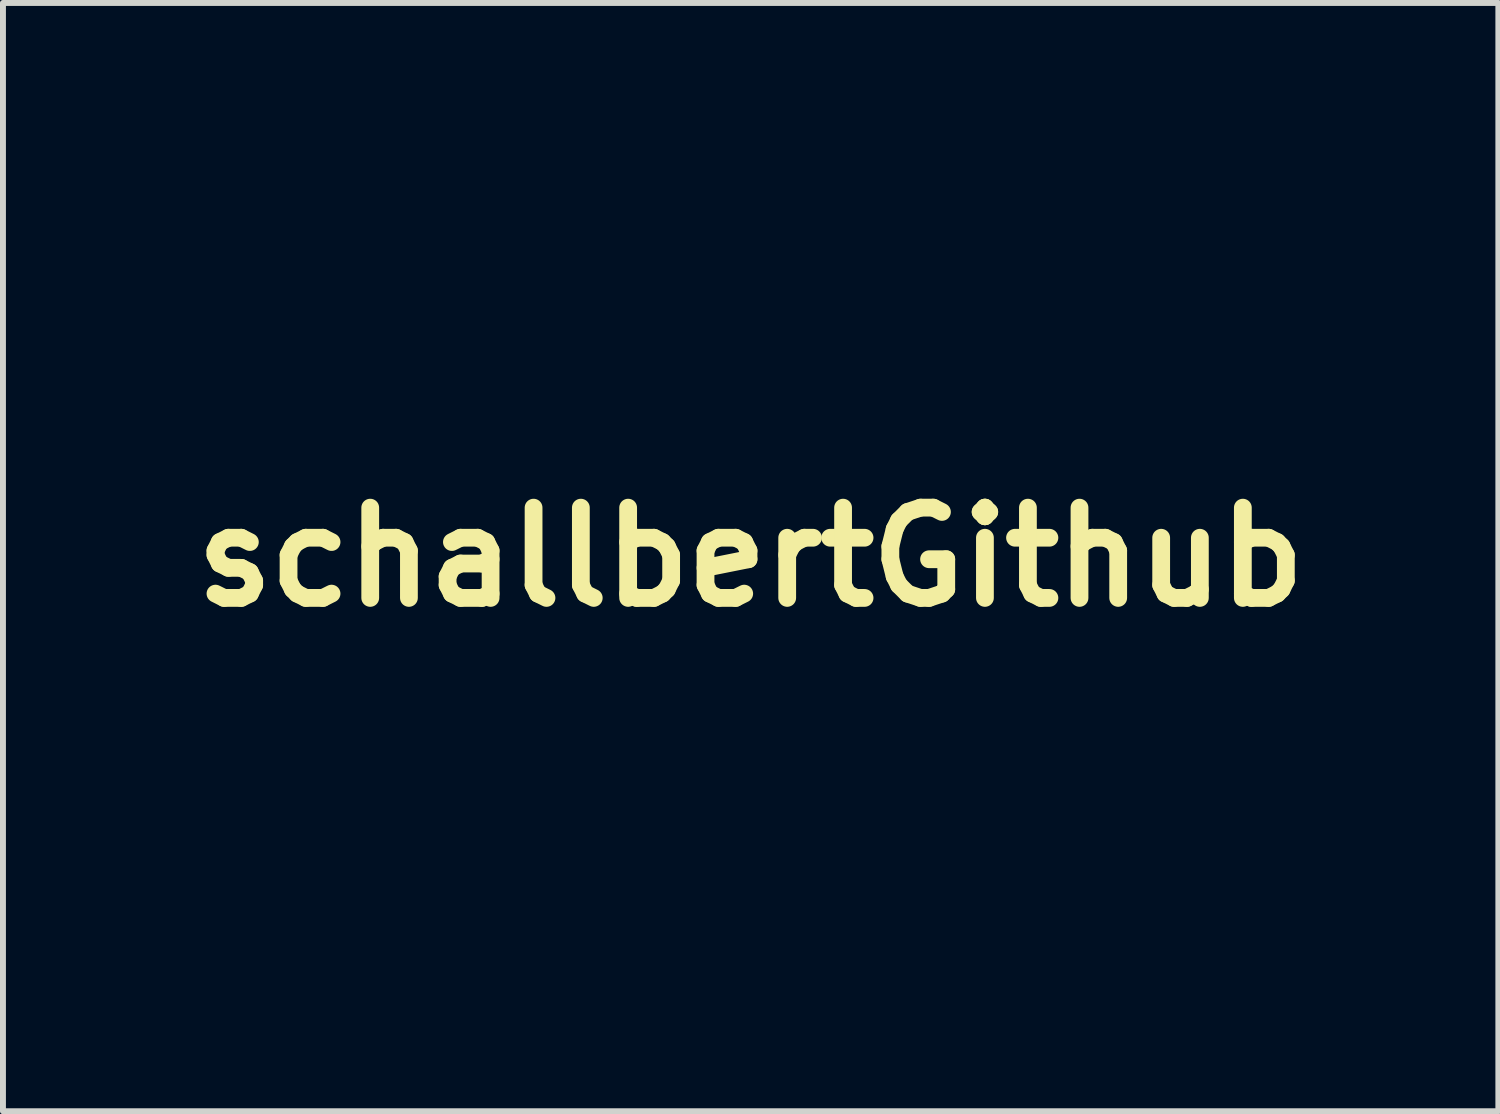
<source format=kicad_pcb>
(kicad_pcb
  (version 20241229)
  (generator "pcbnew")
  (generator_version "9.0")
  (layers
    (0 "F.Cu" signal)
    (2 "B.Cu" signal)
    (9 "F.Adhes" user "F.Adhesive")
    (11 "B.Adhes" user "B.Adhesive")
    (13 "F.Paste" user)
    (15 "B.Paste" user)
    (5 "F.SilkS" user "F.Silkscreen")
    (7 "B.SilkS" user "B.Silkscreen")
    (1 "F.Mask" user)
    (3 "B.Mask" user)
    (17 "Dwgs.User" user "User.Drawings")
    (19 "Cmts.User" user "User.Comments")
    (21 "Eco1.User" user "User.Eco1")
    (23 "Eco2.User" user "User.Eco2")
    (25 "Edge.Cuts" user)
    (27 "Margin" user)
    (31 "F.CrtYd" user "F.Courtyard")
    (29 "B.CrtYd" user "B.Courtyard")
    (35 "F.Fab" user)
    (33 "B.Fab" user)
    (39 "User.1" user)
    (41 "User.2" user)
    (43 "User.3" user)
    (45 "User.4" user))
  (footprint "schallbertGithub"
    (layer "F.Cu")
    (at 9.623 6.355)
    (property "Reference" "schallbertGithub" (at 0 0 0) (layer "F.SilkS") (effects (font (size 1.524 1.524) (thickness 0.3))))
    (attr through_hole)
    (fp_poly (pts (xy -2.879 -2.879) (xy -4.572 -2.879) (xy -4.572 -4.233) (xy -4.233 -4.233) (xy -4.233 -3.217) (xy -3.217 -3.217) (xy -3.217 -4.233) (xy -4.233 -4.233) (xy -4.572 -4.233) (xy -4.572 -4.572) (xy -2.879 -4.572) (xy -2.879 -2.879)) (stroke (width 0.01) (type solid)) (fill no) (layer "Eco1.User"))
    (fp_poly (pts (xy -2.879 4.572) (xy -4.572 4.572) (xy -4.572 3.217) (xy -4.233 3.217) (xy -4.233 4.233) (xy -3.217 4.233) (xy -3.217 3.217) (xy -4.233 3.217) (xy -4.572 3.217) (xy -4.572 2.879) (xy -2.879 2.879) (xy -2.879 4.572)) (stroke (width 0.01) (type solid)) (fill no) (layer "Eco1.User"))
    (fp_poly (pts (xy 4.572 -2.879) (xy 2.879 -2.879) (xy 2.879 -4.233) (xy 3.217 -4.233) (xy 3.217 -3.217) (xy 4.233 -3.217) (xy 4.233 -4.233) (xy 3.217 -4.233) (xy 2.879 -4.233) (xy 2.879 -4.572) (xy 4.572 -4.572) (xy 4.572 -2.879)) (stroke (width 0.01) (type solid)) (fill no) (layer "Eco1.User"))
    (fp_poly (pts (xy 1.793 2.229) (xy 1.833 2.266) (xy 1.841 2.359) (xy 1.841 2.371) (xy 1.834 2.471) (xy 1.794 2.516) (xy 1.704 2.532) (xy 1.586 2.524) (xy 1.542 2.482) (xy 1.528 2.391) (xy 1.531 2.321) (xy 1.556 2.253) (xy 1.621 2.226) (xy 1.693 2.223) (xy 1.793 2.229)) (stroke (width 0.01) (type solid)) (fill no) (layer "Eco1.User"))
    (fp_poly (pts (xy 3.196 3.196) (xy 2.719 3.208) (xy 2.5 3.211) (xy 2.353 3.207) (xy 2.265 3.194) (xy 2.225 3.171) (xy 2.22 3.163) (xy 2.212 3.099) (xy 2.208 2.97) (xy 2.208 2.799) (xy 2.21 2.664) (xy 2.21 2.659) (xy 2.547 2.659) (xy 2.547 2.791) (xy 2.599 2.858) (xy 2.71 2.872) (xy 2.72 2.871) (xy 2.813 2.853) (xy 2.85 2.807) (xy 2.857 2.709) (xy 2.851 2.61) (xy 2.814 2.569) (xy 2.721 2.561) (xy 2.709 2.561) (xy 2.606 2.571) (xy 2.559 2.612) (xy 2.547 2.659) (xy 2.21 2.659) (xy 2.223 2.223) (xy 3.196 2.223) (xy 3.196 3.196)) (stroke (width 0.01) (type solid)) (fill no) (layer "Eco1.User"))
    (fp_poly (pts (xy 6.35 6.35) (xy -6.35 6.35) (xy -6.35 2.54) (xy -4.911 2.54) (xy -4.911 4.911) (xy -2.54 4.911) (xy -2.54 4.676) (xy -2.196 4.676) (xy -2.192 4.797) (xy -2.183 4.855) (xy -2.155 4.881) (xy -2.087 4.897) (xy -1.965 4.904) (xy -1.776 4.904) (xy -1.684 4.901) (xy -1.206 4.889) (xy -1.206 4.593) (xy -1.524 4.572) (xy -1.841 4.551) (xy -1.863 4.403) (xy -1.885 4.303) (xy -1.932 4.262) (xy -2.032 4.255) (xy -2.18 4.255) (xy -2.193 4.525) (xy -2.196 4.676) (xy -2.54 4.676) (xy -2.54 3.577) (xy -1.503 3.577) (xy -1.503 4.212) (xy -1.355 4.233) (xy -1.25 4.261) (xy -1.203 4.316) (xy -1.194 4.36) (xy -1.171 4.489) (xy -1.132 4.551) (xy -1.058 4.567) (xy -1.006 4.564) (xy -0.868 4.551) (xy -0.868 3.916) (xy -1.016 3.895) (xy -1.118 3.87) (xy -1.166 3.815) (xy -1.185 3.725) (xy -1.208 3.626) (xy -1.255 3.585) (xy -1.355 3.577) (xy -1.503 3.577) (xy -2.54 3.577) (xy -2.54 3.354) (xy -2.199 3.354) (xy -2.187 3.468) (xy -2.144 3.528) (xy -2.054 3.55) (xy -1.905 3.549) (xy -1.853 3.547) (xy -1.545 3.535) (xy -1.545 2.561) (xy -1.693 2.561) (xy -1.794 2.569) (xy -1.841 2.61) (xy -1.863 2.709) (xy -1.888 2.812) (xy -1.942 2.859) (xy -2.032 2.879) (xy -2.18 2.9) (xy -2.193 3.171) (xy -2.199 3.354) (xy -2.54 3.354) (xy -2.54 2.54) (xy -4.911 2.54) (xy -6.35 2.54) (xy -6.35 2.064) (xy -4.912 2.064) (xy -4.903 2.122) (xy -4.866 2.161) (xy -4.79 2.184) (xy -4.661 2.194) (xy -4.471 2.196) (xy -4.224 2.192) (xy -3.577 2.18) (xy -3.577 2.032) (xy -3.585 1.931) (xy -3.626 1.885) (xy -3.63 1.884) (xy -2.857 1.884) (xy -2.857 2.18) (xy -2.223 2.223) (xy -2.201 2.371) (xy -2.179 2.47) (xy -2.132 2.511) (xy -2.032 2.519) (xy -1.884 2.519) (xy -1.841 1.884) (xy -1.693 1.884) (xy -1.593 1.892) (xy -1.546 1.933) (xy -1.524 2.032) (xy -1.502 2.132) (xy -1.455 2.172) (xy -1.355 2.18) (xy -1.254 2.172) (xy -1.207 2.131) (xy -1.185 2.032) (xy -1.16 1.93) (xy -1.106 1.882) (xy -1.016 1.863) (xy -0.914 1.838) (xy -0.866 1.783) (xy -0.847 1.693) (xy -0.824 1.594) (xy -0.777 1.553) (xy -0.677 1.545) (xy -0.578 1.552) (xy -0.537 1.589) (xy -0.529 1.682) (xy -0.529 1.693) (xy -0.537 1.794) (xy -0.578 1.841) (xy -0.677 1.863) (xy -0.777 1.885) (xy -0.818 1.932) (xy -0.826 2.032) (xy -0.817 2.133) (xy -0.776 2.179) (xy -0.677 2.201) (xy -0.529 2.223) (xy -0.508 2.54) (xy -0.487 2.857) (xy -0.339 2.879) (xy -0.239 2.901) (xy -0.198 2.948) (xy -0.191 3.048) (xy -0.197 3.147) (xy -0.234 3.188) (xy -0.327 3.196) (xy -0.339 3.196) (xy -0.439 3.188) (xy -0.486 3.147) (xy -0.508 3.048) (xy -0.53 2.948) (xy -0.577 2.908) (xy -0.677 2.9) (xy -0.778 2.908) (xy -0.825 2.949) (xy -0.847 3.048) (xy -0.872 3.15) (xy -0.926 3.198) (xy -1.016 3.217) (xy -1.116 3.24) (xy -1.156 3.287) (xy -1.164 3.387) (xy -1.156 3.487) (xy -1.115 3.534) (xy -1.016 3.556) (xy -0.914 3.581) (xy -0.866 3.636) (xy -0.847 3.725) (xy -0.822 3.828) (xy -0.767 3.875) (xy -0.677 3.895) (xy -0.575 3.92) (xy -0.527 3.974) (xy -0.508 4.064) (xy -0.483 4.166) (xy -0.428 4.214) (xy -0.339 4.233) (xy -0.191 4.255) (xy -0.179 4.53) (xy -0.169 4.712) (xy -0.152 4.826) (xy -0.122 4.885) (xy -0.069 4.906) (xy 0.01 4.903) (xy 0.148 4.889) (xy 0.191 4.255) (xy 0.339 4.233) (xy 0.438 4.211) (xy 0.479 4.164) (xy 0.487 4.064) (xy 0.479 3.963) (xy 0.438 3.917) (xy 0.339 3.895) (xy 0.191 3.873) (xy 0.184 3.675) (xy 0.515 3.675) (xy 0.515 3.807) (xy 0.567 3.874) (xy 0.678 3.888) (xy 0.688 3.887) (xy 0.781 3.869) (xy 0.818 3.823) (xy 0.826 3.725) (xy 0.819 3.626) (xy 0.782 3.585) (xy 0.689 3.577) (xy 0.677 3.577) (xy 0.574 3.587) (xy 0.527 3.628) (xy 0.515 3.675) (xy 0.184 3.675) (xy 0.148 2.561) (xy 0 2.54) (xy -0.148 2.519) (xy -0.148 2.371) (xy 0.191 2.371) (xy 0.199 2.471) (xy 0.24 2.518) (xy 0.339 2.54) (xy 0.487 2.561) (xy 0.508 2.879) (xy 0.529 3.196) (xy 1.164 3.196) (xy 1.164 3.048) (xy 1.156 2.947) (xy 1.115 2.901) (xy 1.016 2.879) (xy 0.868 2.857) (xy 0.868 2.223) (xy 1.164 2.223) (xy 1.206 2.857) (xy 1.524 2.879) (xy 1.841 2.9) (xy 1.841 3.048) (xy 1.833 3.149) (xy 1.792 3.195) (xy 1.693 3.217) (xy 1.545 3.239) (xy 1.524 3.556) (xy 1.503 3.873) (xy 1.355 3.895) (xy 1.252 3.92) (xy 1.205 3.974) (xy 1.185 4.064) (xy 1.16 4.166) (xy 1.106 4.214) (xy 1.016 4.233) (xy 0.868 4.255) (xy 0.855 4.525) (xy 0.849 4.708) (xy 0.861 4.822) (xy 0.904 4.883) (xy 0.994 4.905) (xy 1.143 4.904) (xy 1.195 4.902) (xy 1.503 4.889) (xy 1.524 4.572) (xy 1.545 4.255) (xy 1.841 4.212) (xy 1.863 3.895) (xy 1.884 3.577) (xy 2.857 3.577) (xy 2.879 3.725) (xy 2.901 3.825) (xy 2.948 3.866) (xy 3.048 3.873) (xy 3.149 3.865) (xy 3.195 3.824) (xy 3.217 3.725) (xy 3.24 3.626) (xy 3.287 3.585) (xy 3.387 3.577) (xy 3.487 3.585) (xy 3.534 3.626) (xy 3.556 3.725) (xy 3.581 3.828) (xy 3.636 3.875) (xy 3.725 3.895) (xy 3.825 3.917) (xy 3.866 3.964) (xy 3.873 4.064) (xy 3.867 4.163) (xy 3.83 4.204) (xy 3.737 4.212) (xy 3.725 4.212) (xy 3.625 4.204) (xy 3.578 4.163) (xy 3.556 4.064) (xy 3.534 3.964) (xy 3.487 3.924) (xy 3.387 3.916) (xy 3.286 3.924) (xy 3.239 3.965) (xy 3.217 4.064) (xy 3.196 4.212) (xy 2.561 4.212) (xy 2.54 4.064) (xy 2.518 3.964) (xy 2.471 3.924) (xy 2.371 3.916) (xy 2.27 3.924) (xy 2.223 3.965) (xy 2.201 4.064) (xy 2.176 4.166) (xy 2.122 4.214) (xy 2.032 4.233) (xy 1.932 4.256) (xy 1.892 4.303) (xy 1.884 4.403) (xy 1.884 4.551) (xy 2.201 4.572) (xy 2.519 4.593) (xy 2.54 4.741) (xy 2.562 4.841) (xy 2.609 4.882) (xy 2.709 4.889) (xy 2.81 4.881) (xy 2.857 4.84) (xy 2.879 4.741) (xy 2.901 4.642) (xy 2.948 4.601) (xy 3.048 4.593) (xy 3.149 4.601) (xy 3.195 4.642) (xy 3.217 4.741) (xy 3.24 4.841) (xy 3.287 4.882) (xy 3.387 4.889) (xy 3.487 4.881) (xy 3.534 4.84) (xy 3.556 4.741) (xy 3.563 4.691) (xy 4.241 4.691) (xy 4.241 4.823) (xy 4.293 4.89) (xy 4.403 4.904) (xy 4.413 4.903) (xy 4.506 4.885) (xy 4.544 4.839) (xy 4.551 4.741) (xy 4.544 4.642) (xy 4.507 4.601) (xy 4.414 4.593) (xy 4.403 4.593) (xy 4.299 4.603) (xy 4.252 4.644) (xy 4.241 4.691) (xy 3.563 4.691) (xy 3.577 4.593) (xy 3.895 4.572) (xy 4.212 4.551) (xy 4.233 4.403) (xy 4.255 4.255) (xy 4.889 4.212) (xy 4.889 4.064) (xy 4.881 3.963) (xy 4.84 3.917) (xy 4.741 3.895) (xy 4.639 3.87) (xy 4.591 3.815) (xy 4.572 3.725) (xy 4.551 3.577) (xy 4.233 3.556) (xy 3.916 3.535) (xy 3.895 3.387) (xy 3.883 3.337) (xy 4.579 3.337) (xy 4.579 3.468) (xy 4.631 3.536) (xy 4.742 3.549) (xy 4.752 3.548) (xy 4.845 3.531) (xy 4.882 3.485) (xy 4.889 3.387) (xy 4.883 3.287) (xy 4.846 3.247) (xy 4.753 3.239) (xy 4.741 3.239) (xy 4.638 3.249) (xy 4.591 3.289) (xy 4.579 3.337) (xy 3.883 3.337) (xy 3.87 3.284) (xy 3.815 3.237) (xy 3.725 3.217) (xy 3.626 3.195) (xy 3.585 3.148) (xy 3.577 3.048) (xy 3.584 2.949) (xy 3.621 2.908) (xy 3.714 2.9) (xy 3.725 2.9) (xy 3.826 2.908) (xy 3.873 2.949) (xy 3.895 3.048) (xy 3.916 3.196) (xy 4.551 3.196) (xy 4.551 3.048) (xy 4.543 2.947) (xy 4.502 2.901) (xy 4.403 2.879) (xy 4.255 2.857) (xy 4.241 2.659) (xy 4.579 2.659) (xy 4.579 2.791) (xy 4.631 2.858) (xy 4.742 2.872) (xy 4.752 2.871) (xy 4.845 2.853) (xy 4.882 2.807) (xy 4.889 2.709) (xy 4.883 2.61) (xy 4.846 2.569) (xy 4.753 2.561) (xy 4.741 2.561) (xy 4.638 2.571) (xy 4.591 2.612) (xy 4.579 2.659) (xy 4.241 2.659) (xy 4.212 2.223) (xy 3.577 2.18) (xy 3.556 2.032) (xy 3.535 1.884) (xy 3.048 1.863) (xy 2.561 1.841) (xy 2.54 1.693) (xy 2.519 1.545) (xy 2.201 1.524) (xy 1.884 1.503) (xy 1.863 1.355) (xy 1.838 1.252) (xy 1.783 1.205) (xy 1.693 1.185) (xy 1.591 1.16) (xy 1.543 1.106) (xy 1.524 1.016) (xy 1.517 0.985) (xy 2.205 0.985) (xy 2.216 1.1) (xy 2.25 1.16) (xy 2.313 1.18) (xy 2.381 1.177) (xy 2.519 1.164) (xy 2.519 0.529) (xy 2.223 0.529) (xy 2.21 0.8) (xy 2.205 0.985) (xy 1.517 0.985) (xy 1.502 0.916) (xy 1.455 0.876) (xy 1.355 0.868) (xy 1.206 0.868) (xy 1.206 1.503) (xy 1.355 1.524) (xy 1.454 1.546) (xy 1.495 1.593) (xy 1.503 1.693) (xy 1.496 1.793) (xy 1.459 1.833) (xy 1.366 1.841) (xy 1.355 1.841) (xy 1.254 1.833) (xy 1.207 1.792) (xy 1.185 1.693) (xy 1.163 1.594) (xy 1.116 1.553) (xy 1.016 1.545) (xy 0.915 1.553) (xy 0.869 1.594) (xy 0.847 1.693) (xy 0.822 1.796) (xy 0.767 1.843) (xy 0.677 1.863) (xy 0.575 1.888) (xy 0.527 1.942) (xy 0.508 2.032) (xy 0.483 2.134) (xy 0.428 2.182) (xy 0.339 2.201) (xy 0.239 2.224) (xy 0.198 2.271) (xy 0.191 2.371) (xy -0.148 2.371) (xy -0.148 1.545) (xy 0 1.545) (xy 0.101 1.553) (xy 0.147 1.594) (xy 0.169 1.693) (xy 0.192 1.793) (xy 0.239 1.834) (xy 0.339 1.841) (xy 0.439 1.833) (xy 0.486 1.792) (xy 0.508 1.693) (xy 0.533 1.591) (xy 0.588 1.543) (xy 0.677 1.524) (xy 0.777 1.502) (xy 0.818 1.455) (xy 0.826 1.355) (xy 0.826 1.206) (xy 0.339 1.185) (xy -0.148 1.164) (xy -0.148 1.016) (xy -0.14 0.915) (xy -0.099 0.869) (xy 0 0.847) (xy 0.1 0.824) (xy 0.14 0.777) (xy 0.148 0.677) (xy 0.148 0.627) (xy 0.515 0.627) (xy 0.515 0.759) (xy 0.567 0.826) (xy 0.678 0.84) (xy 0.688 0.839) (xy 0.781 0.821) (xy 0.818 0.775) (xy 0.826 0.677) (xy 0.819 0.578) (xy 0.782 0.537) (xy 0.689 0.529) (xy 0.677 0.529) (xy 0.574 0.539) (xy 0.527 0.58) (xy 0.515 0.627) (xy 0.148 0.627) (xy 0.148 0.529) (xy -0.487 0.529) (xy -0.508 0.677) (xy -0.533 0.78) (xy -0.588 0.827) (xy -0.677 0.847) (xy -0.78 0.872) (xy -0.827 0.926) (xy -0.847 1.016) (xy -0.868 1.164) (xy -1.524 1.185) (xy -2.18 1.206) (xy -2.201 1.524) (xy -2.223 1.841) (xy -2.54 1.863) (xy -2.857 1.884) (xy -3.63 1.884) (xy -3.725 1.863) (xy -3.828 1.838) (xy -3.875 1.783) (xy -3.895 1.693) (xy -3.917 1.594) (xy -3.964 1.553) (xy -4.064 1.545) (xy -4.165 1.553) (xy -4.211 1.594) (xy -4.233 1.693) (xy -4.255 1.841) (xy -4.572 1.863) (xy -4.735 1.876) (xy -4.831 1.892) (xy -4.88 1.919) (xy -4.9 1.962) (xy -4.903 1.982) (xy -4.912 2.064) (xy -6.35 2.064) (xy -6.35 1.206) (xy -3.873 1.206) (xy -3.873 1.355) (xy -3.865 1.455) (xy -3.824 1.502) (xy -3.725 1.524) (xy -3.62 1.551) (xy -3.574 1.606) (xy -3.565 1.651) (xy -3.542 1.779) (xy -3.503 1.842) (xy -3.429 1.858) (xy -3.376 1.855) (xy -3.281 1.835) (xy -3.236 1.782) (xy -3.217 1.693) (xy -3.196 1.545) (xy -2.879 1.524) (xy -2.561 1.503) (xy -2.561 1.355) (xy -2.569 1.254) (xy -2.61 1.207) (xy -2.709 1.185) (xy -2.809 1.163) (xy -2.85 1.116) (xy -2.857 1.016) (xy -2.857 0.868) (xy -2.371 0.847) (xy -1.884 0.826) (xy -1.884 0.483) (xy -1.518 0.483) (xy -1.517 0.644) (xy -1.511 0.755) (xy -1.505 0.793) (xy -1.468 0.824) (xy -1.378 0.839) (xy -1.222 0.84) (xy -1.175 0.838) (xy -0.868 0.826) (xy -0.868 0.677) (xy -0.876 0.577) (xy -0.917 0.53) (xy -1.016 0.508) (xy -1.164 0.487) (xy -1.177 0.289) (xy -0.839 0.289) (xy -0.839 0.42) (xy -0.787 0.488) (xy -0.677 0.501) (xy -0.667 0.5) (xy -0.574 0.483) (xy -0.536 0.437) (xy -0.529 0.339) (xy -0.536 0.239) (xy -0.573 0.199) (xy -0.666 0.191) (xy -0.677 0.191) (xy -0.781 0.201) (xy -0.828 0.241) (xy -0.839 0.289) (xy -1.177 0.289) (xy -1.185 0.169) (xy -1.2 -0.05) (xy -0.162 -0.05) (xy -0.162 0.081) (xy -0.11 0.149) (xy 0.001 0.162) (xy 0.01 0.161) (xy 0.103 0.144) (xy 0.141 0.098) (xy 0.148 0) (xy 0.142 -0.099) (xy 0.105 -0.14) (xy 0.011 -0.148) (xy 0 -0.148) (xy -0.104 -0.138) (xy -0.15 -0.097) (xy -0.162 -0.05) (xy -1.2 -0.05) (xy -1.206 -0.148) (xy -1.503 -0.148) (xy -1.515 0.293) (xy -1.518 0.483) (xy -1.884 0.483) (xy -1.884 -0.148) (xy -2.18 -0.148) (xy -2.201 0.169) (xy -2.223 0.487) (xy -2.709 0.508) (xy -3.196 0.529) (xy -3.217 0.847) (xy -3.239 1.164) (xy -3.873 1.206) (xy -6.35 1.206) (xy -6.35 0.966) (xy -4.903 0.966) (xy -4.903 1.097) (xy -4.851 1.165) (xy -4.741 1.178) (xy -4.731 1.177) (xy -4.638 1.16) (xy -4.6 1.114) (xy -4.593 1.016) (xy -4.6 0.917) (xy -4.637 0.876) (xy -4.73 0.868) (xy -4.741 0.868) (xy -4.845 0.878) (xy -4.892 0.919) (xy -4.903 0.966) (xy -6.35 0.966) (xy -6.35 0.529) (xy -4.551 0.529) (xy -4.551 0.677) (xy -4.543 0.778) (xy -4.502 0.825) (xy -4.403 0.847) (xy -4.298 0.874) (xy -4.251 0.929) (xy -4.242 0.974) (xy -4.219 1.102) (xy -4.18 1.165) (xy -4.106 1.181) (xy -4.054 1.177) (xy -3.916 1.164) (xy -3.916 0.529) (xy -4.551 0.529) (xy -6.35 0.529) (xy -6.35 0.307) (xy -4.907 0.307) (xy -4.896 0.423) (xy -4.862 0.483) (xy -4.799 0.503) (xy -4.731 0.5) (xy -4.636 0.48) (xy -4.591 0.427) (xy -4.572 0.339) (xy -4.56 0.289) (xy -3.549 0.289) (xy -3.549 0.42) (xy -3.497 0.488) (xy -3.386 0.501) (xy -3.376 0.5) (xy -3.283 0.483) (xy -3.246 0.437) (xy -3.239 0.339) (xy -3.245 0.239) (xy -3.282 0.199) (xy -3.375 0.191) (xy -3.387 0.191) (xy -3.49 0.201) (xy -3.537 0.241) (xy -3.549 0.289) (xy -4.56 0.289) (xy -4.547 0.236) (xy -4.492 0.189) (xy -4.403 0.169) (xy -4.3 0.144) (xy -4.253 0.09) (xy -4.233 0) (xy -4.221 -0.05) (xy -2.871 -0.05) (xy -2.871 0.081) (xy -2.819 0.149) (xy -2.709 0.162) (xy -2.699 0.161) (xy -2.606 0.144) (xy -2.568 0.098) (xy -2.561 0) (xy -2.568 -0.099) (xy -2.605 -0.14) (xy -2.698 -0.148) (xy -2.709 -0.148) (xy -2.813 -0.138) (xy -2.86 -0.097) (xy -2.871 -0.05) (xy -4.221 -0.05) (xy -4.208 -0.102) (xy -4.154 -0.15) (xy -4.064 -0.169) (xy -3.916 -0.191) (xy -3.916 -0.826) (xy -4.064 -0.826) (xy -4.165 -0.817) (xy -4.211 -0.776) (xy -4.233 -0.677) (xy -4.258 -0.575) (xy -4.313 -0.527) (xy -4.403 -0.508) (xy -4.505 -0.483) (xy -4.553 -0.428) (xy -4.572 -0.339) (xy -4.597 -0.236) (xy -4.652 -0.189) (xy -4.741 -0.169) (xy -4.889 -0.148) (xy -4.902 0.123) (xy -4.907 0.307) (xy -6.35 0.307) (xy -6.35 -0.872) (xy -4.905 -0.872) (xy -4.903 -0.71) (xy -4.898 -0.599) (xy -4.891 -0.561) (xy -4.832 -0.52) (xy -4.731 -0.516) (xy -4.636 -0.536) (xy -4.591 -0.589) (xy -4.572 -0.677) (xy -4.547 -0.78) (xy -4.492 -0.827) (xy -4.403 -0.847) (xy -4.255 -0.868) (xy -4.235 -1.164) (xy -3.873 -1.164) (xy -3.873 -1.016) (xy -3.865 -0.915) (xy -3.824 -0.869) (xy -3.725 -0.847) (xy -3.623 -0.822) (xy -3.575 -0.767) (xy -3.556 -0.677) (xy -3.535 -0.529) (xy -3.048 -0.508) (xy -2.839 -0.498) (xy -2.7 -0.488) (xy -2.616 -0.474) (xy -2.573 -0.452) (xy -2.555 -0.419) (xy -2.549 -0.381) (xy -2.526 -0.253) (xy -2.487 -0.19) (xy -2.413 -0.174) (xy -2.36 -0.177) (xy -2.223 -0.191) (xy -2.223 -0.709) (xy -1.52 -0.709) (xy -1.509 -0.593) (xy -1.476 -0.533) (xy -1.413 -0.513) (xy -1.344 -0.516) (xy -1.249 -0.536) (xy -1.204 -0.589) (xy -1.185 -0.677) (xy -1.16 -0.78) (xy -1.108 -0.826) (xy -0.826 -0.826) (xy -0.826 -0.677) (xy -0.817 -0.577) (xy -0.776 -0.53) (xy -0.677 -0.508) (xy -0.572 -0.481) (xy -0.526 -0.426) (xy -0.517 -0.381) (xy -0.494 -0.253) (xy -0.455 -0.19) (xy -0.381 -0.174) (xy -0.328 -0.177) (xy -0.191 -0.191) (xy -0.191 -0.487) (xy 0.191 -0.487) (xy 0.191 -0.339) (xy 0.199 -0.238) (xy 0.24 -0.191) (xy 0.339 -0.169) (xy 0.444 -0.142) (xy 0.49 -0.087) (xy 0.499 -0.042) (xy 0.522 0.086) (xy 0.561 0.149) (xy 0.635 0.165) (xy 0.688 0.161) (xy 0.826 0.148) (xy 0.826 -0.487) (xy 0.191 -0.487) (xy -0.191 -0.487) (xy -0.191 -0.826) (xy -0.826 -0.826) (xy -1.108 -0.826) (xy -1.106 -0.827) (xy -1.016 -0.847) (xy -0.914 -0.872) (xy -0.866 -0.926) (xy -0.847 -1.016) (xy -0.826 -1.164) (xy -0.339 -1.185) (xy 0.148 -1.206) (xy 0.148 -1.503) (xy 1.206 -1.503) (xy 1.206 -1.355) (xy 1.215 -1.254) (xy 1.256 -1.207) (xy 1.355 -1.185) (xy 1.503 -1.164) (xy 1.503 -0.529) (xy 1.355 -0.508) (xy 1.206 -0.487) (xy 1.206 0.148) (xy 1.355 0.169) (xy 1.503 0.191) (xy 1.514 0.466) (xy 1.524 0.648) (xy 1.541 0.762) (xy 1.572 0.821) (xy 1.624 0.842) (xy 1.704 0.839) (xy 1.799 0.819) (xy 1.844 0.766) (xy 1.863 0.677) (xy 1.888 0.575) (xy 1.942 0.527) (xy 2.032 0.508) (xy 2.132 0.486) (xy 2.172 0.439) (xy 2.18 0.339) (xy 2.172 0.238) (xy 2.131 0.191) (xy 2.032 0.169) (xy 1.884 0.148) (xy 1.863 -0.677) (xy 1.859 -0.826) (xy 2.561 -0.826) (xy 2.561 -0.529) (xy 3.217 -0.508) (xy 3.873 -0.487) (xy 3.873 -0.191) (xy 3.217 -0.169) (xy 2.561 -0.148) (xy 2.561 0.148) (xy 4.212 0.191) (xy 4.212 0.487) (xy 3.895 0.508) (xy 3.577 0.529) (xy 3.577 0.677) (xy 3.585 0.778) (xy 3.626 0.825) (xy 3.725 0.847) (xy 3.825 0.869) (xy 3.866 0.916) (xy 3.873 1.016) (xy 3.867 1.115) (xy 3.83 1.156) (xy 3.737 1.164) (xy 3.725 1.164) (xy 3.625 1.156) (xy 3.578 1.115) (xy 3.556 1.016) (xy 3.531 0.914) (xy 3.476 0.866) (xy 3.387 0.847) (xy 3.284 0.822) (xy 3.237 0.767) (xy 3.217 0.677) (xy 3.195 0.578) (xy 3.148 0.537) (xy 3.048 0.529) (xy 2.9 0.529) (xy 2.879 0.847) (xy 2.857 1.164) (xy 2.709 1.185) (xy 2.61 1.208) (xy 2.569 1.255) (xy 2.561 1.355) (xy 2.561 1.503) (xy 3.387 1.524) (xy 4.212 1.545) (xy 4.225 1.651) (xy 4.247 1.779) (xy 4.287 1.842) (xy 4.361 1.858) (xy 4.413 1.855) (xy 4.551 1.841) (xy 4.551 1.206) (xy 4.403 1.185) (xy 4.303 1.163) (xy 4.262 1.116) (xy 4.255 1.016) (xy 4.258 0.966) (xy 4.579 0.966) (xy 4.579 1.097) (xy 4.631 1.165) (xy 4.742 1.178) (xy 4.752 1.177) (xy 4.845 1.16) (xy 4.882 1.114) (xy 4.889 1.016) (xy 4.883 0.917) (xy 4.846 0.876) (xy 4.753 0.868) (xy 4.741 0.868) (xy 4.638 0.878) (xy 4.591 0.919) (xy 4.579 0.966) (xy 4.258 0.966) (xy 4.263 0.915) (xy 4.304 0.869) (xy 4.403 0.847) (xy 4.551 0.826) (xy 4.551 -0.148) (xy 4.403 -0.169) (xy 4.303 -0.192) (xy 4.262 -0.239) (xy 4.255 -0.339) (xy 4.263 -0.439) (xy 4.304 -0.486) (xy 4.403 -0.508) (xy 4.502 -0.53) (xy 4.543 -0.577) (xy 4.551 -0.677) (xy 4.551 -0.826) (xy 3.916 -0.868) (xy 3.916 -1.016) (xy 3.924 -1.117) (xy 3.965 -1.163) (xy 4.064 -1.185) (xy 4.212 -1.206) (xy 4.225 -1.405) (xy 4.579 -1.405) (xy 4.579 -1.273) (xy 4.631 -1.206) (xy 4.742 -1.192) (xy 4.752 -1.193) (xy 4.845 -1.211) (xy 4.882 -1.257) (xy 4.889 -1.355) (xy 4.883 -1.454) (xy 4.846 -1.495) (xy 4.753 -1.503) (xy 4.741 -1.503) (xy 4.638 -1.493) (xy 4.591 -1.452) (xy 4.579 -1.405) (xy 4.225 -1.405) (xy 4.255 -1.841) (xy 4.889 -1.884) (xy 4.889 -2.18) (xy 3.577 -2.18) (xy 3.577 -2.032) (xy 3.585 -1.931) (xy 3.626 -1.885) (xy 3.725 -1.863) (xy 3.825 -1.84) (xy 3.866 -1.793) (xy 3.873 -1.693) (xy 3.867 -1.594) (xy 3.83 -1.553) (xy 3.737 -1.545) (xy 3.725 -1.545) (xy 3.625 -1.553) (xy 3.578 -1.594) (xy 3.556 -1.693) (xy 3.531 -1.796) (xy 3.476 -1.843) (xy 3.387 -1.863) (xy 3.284 -1.888) (xy 3.237 -1.942) (xy 3.217 -2.032) (xy 3.195 -2.132) (xy 3.148 -2.172) (xy 3.048 -2.18) (xy 2.9 -2.18) (xy 2.9 -1.545) (xy 3.048 -1.524) (xy 3.15 -1.499) (xy 3.198 -1.444) (xy 3.217 -1.355) (xy 3.242 -1.252) (xy 3.297 -1.205) (xy 3.387 -1.185) (xy 3.486 -1.163) (xy 3.527 -1.116) (xy 3.535 -1.016) (xy 3.535 -0.868) (xy 3.048 -0.847) (xy 2.561 -0.826) (xy 1.859 -0.826) (xy 1.853 -1.066) (xy 2.209 -1.066) (xy 2.209 -0.935) (xy 2.261 -0.867) (xy 2.371 -0.854) (xy 2.381 -0.855) (xy 2.474 -0.872) (xy 2.512 -0.918) (xy 2.519 -1.016) (xy 2.512 -1.115) (xy 2.475 -1.156) (xy 2.382 -1.164) (xy 2.371 -1.164) (xy 2.267 -1.154) (xy 2.22 -1.113) (xy 2.209 -1.066) (xy 1.853 -1.066) (xy 1.844 -1.405) (xy 2.547 -1.405) (xy 2.547 -1.273) (xy 2.599 -1.206) (xy 2.71 -1.192) (xy 2.72 -1.193) (xy 2.813 -1.211) (xy 2.85 -1.257) (xy 2.857 -1.355) (xy 2.851 -1.454) (xy 2.814 -1.495) (xy 2.721 -1.503) (xy 2.709 -1.503) (xy 2.606 -1.493) (xy 2.559 -1.452) (xy 2.547 -1.405) (xy 1.844 -1.405) (xy 1.841 -1.503) (xy 1.206 -1.503) (xy 0.148 -1.503) (xy 0.148 -2.082) (xy 0.515 -2.082) (xy 0.515 -1.951) (xy 0.567 -1.883) (xy 0.678 -1.87) (xy 0.688 -1.871) (xy 0.781 -1.888) (xy 0.818 -1.934) (xy 0.821 -1.974) (xy 1.186 -1.974) (xy 1.213 -1.909) (xy 1.288 -1.876) (xy 1.425 -1.868) (xy 1.534 -1.871) (xy 1.841 -1.884) (xy 1.841 -2.18) (xy 1.524 -2.18) (xy 1.362 -2.178) (xy 1.266 -2.17) (xy 1.217 -2.148) (xy 1.197 -2.108) (xy 1.193 -2.082) (xy 1.186 -1.974) (xy 0.821 -1.974) (xy 0.826 -2.032) (xy 0.819 -2.131) (xy 0.782 -2.172) (xy 0.689 -2.18) (xy 0.677 -2.18) (xy 0.574 -2.17) (xy 0.527 -2.129) (xy 0.515 -2.082) (xy 0.148 -2.082) (xy 0.148 -2.421) (xy 0.854 -2.421) (xy 0.854 -2.289) (xy 0.906 -2.222) (xy 1.017 -2.208) (xy 1.026 -2.209) (xy 1.119 -2.227) (xy 1.157 -2.273) (xy 1.164 -2.371) (xy 1.162 -2.402) (xy 1.866 -2.402) (xy 1.877 -2.287) (xy 1.911 -2.227) (xy 1.974 -2.207) (xy 2.042 -2.209) (xy 2.18 -2.223) (xy 2.18 -2.857) (xy 1.884 -2.857) (xy 1.871 -2.587) (xy 1.866 -2.402) (xy 1.162 -2.402) (xy 1.158 -2.47) (xy 1.121 -2.511) (xy 1.027 -2.519) (xy 1.016 -2.519) (xy 0.912 -2.509) (xy 0.866 -2.468) (xy 0.854 -2.421) (xy 0.148 -2.421) (xy 0.148 -2.857) (xy -0.148 -2.857) (xy -0.169 -2.371) (xy -0.191 -1.884) (xy -0.826 -1.841) (xy -0.847 -1.693) (xy -0.872 -1.591) (xy -0.926 -1.543) (xy -1.016 -1.524) (xy -1.118 -1.499) (xy -1.166 -1.444) (xy -1.185 -1.355) (xy -1.21 -1.252) (xy -1.265 -1.205) (xy -1.355 -1.185) (xy -1.503 -1.164) (xy -1.516 -0.893) (xy -1.52 -0.709) (xy -2.223 -0.709) (xy -2.223 -0.826) (xy -2.857 -0.868) (xy -2.879 -1.016) (xy -2.9 -1.164) (xy -3.873 -1.164) (xy -4.235 -1.164) (xy -4.233 -1.185) (xy -4.219 -1.405) (xy -2.871 -1.405) (xy -2.871 -1.273) (xy -2.819 -1.206) (xy -2.709 -1.192) (xy -2.699 -1.193) (xy -2.608 -1.21) (xy -2.195 -1.21) (xy -2.194 -1.049) (xy -2.188 -0.937) (xy -2.182 -0.9) (xy -2.123 -0.858) (xy -2.022 -0.855) (xy -1.884 -0.868) (xy -1.841 -1.503) (xy -1.524 -1.524) (xy -1.206 -1.545) (xy -1.206 -1.841) (xy -2.18 -1.841) (xy -2.192 -1.4) (xy -2.195 -1.21) (xy -2.608 -1.21) (xy -2.606 -1.211) (xy -2.568 -1.257) (xy -2.561 -1.355) (xy -2.568 -1.454) (xy -2.605 -1.495) (xy -2.698 -1.503) (xy -2.709 -1.503) (xy -2.813 -1.493) (xy -2.86 -1.452) (xy -2.871 -1.405) (xy -4.219 -1.405) (xy -4.212 -1.503) (xy -3.895 -1.524) (xy -3.577 -1.545) (xy -3.577 -1.841) (xy -4.212 -1.884) (xy -4.233 -2.032) (xy -4.255 -2.18) (xy -3.535 -2.18) (xy -3.535 -2.032) (xy -3.527 -1.931) (xy -3.486 -1.885) (xy -3.387 -1.863) (xy -3.282 -1.835) (xy -3.235 -1.78) (xy -3.226 -1.736) (xy -3.203 -1.607) (xy -3.164 -1.545) (xy -3.09 -1.529) (xy -3.038 -1.532) (xy -2.942 -1.552) (xy -2.898 -1.605) (xy -2.879 -1.693) (xy -2.854 -1.796) (xy -2.799 -1.843) (xy -2.709 -1.863) (xy -2.61 -1.885) (xy -2.569 -1.932) (xy -2.561 -2.032) (xy -2.561 -2.082) (xy -1.178 -2.082) (xy -1.178 -1.951) (xy -1.126 -1.883) (xy -1.015 -1.87) (xy -1.006 -1.871) (xy -0.913 -1.888) (xy -0.875 -1.934) (xy -0.868 -2.032) (xy -0.874 -2.131) (xy -0.911 -2.172) (xy -1.005 -2.18) (xy -1.016 -2.18) (xy -1.12 -2.17) (xy -1.166 -2.129) (xy -1.178 -2.082) (xy -2.561 -2.082) (xy -2.561 -2.18) (xy -3.535 -2.18) (xy -4.255 -2.18) (xy -4.889 -2.18) (xy -4.889 -2.032) (xy -4.881 -1.931) (xy -4.84 -1.885) (xy -4.741 -1.863) (xy -4.642 -1.84) (xy -4.601 -1.793) (xy -4.593 -1.693) (xy -4.601 -1.593) (xy -4.642 -1.546) (xy -4.741 -1.524) (xy -4.889 -1.503) (xy -4.902 -1.061) (xy -4.905 -0.872) (xy -6.35 -0.872) (xy -6.35 -2.421) (xy -1.855 -2.421) (xy -1.855 -2.289) (xy -1.803 -2.222) (xy -1.693 -2.208) (xy -1.683 -2.209) (xy -1.59 -2.227) (xy -1.552 -2.273) (xy -1.545 -2.371) (xy -1.552 -2.47) (xy -1.589 -2.511) (xy -1.682 -2.519) (xy -1.693 -2.519) (xy -1.797 -2.509) (xy -1.844 -2.468) (xy -1.855 -2.421) (xy -6.35 -2.421) (xy -6.35 -4.911) (xy -4.911 -4.911) (xy -4.911 -2.54) (xy -2.54 -2.54) (xy -2.54 -2.741) (xy -2.198 -2.741) (xy -2.187 -2.625) (xy -2.153 -2.565) (xy -2.09 -2.545) (xy -2.022 -2.548) (xy -1.884 -2.561) (xy -1.884 -2.759) (xy -1.517 -2.759) (xy -1.517 -2.628) (xy -1.465 -2.56) (xy -1.354 -2.547) (xy -1.344 -2.548) (xy -1.251 -2.565) (xy -1.214 -2.611) (xy -1.206 -2.709) (xy -1.213 -2.809) (xy -1.25 -2.849) (xy -1.343 -2.857) (xy -1.355 -2.857) (xy -1.458 -2.847) (xy -1.505 -2.807) (xy -1.517 -2.759) (xy -1.884 -2.759) (xy -1.884 -3.196) (xy -1.164 -3.196) (xy -1.164 -3.048) (xy -1.156 -2.947) (xy -1.115 -2.901) (xy -1.016 -2.879) (xy -0.868 -2.857) (xy -0.856 -2.582) (xy -0.846 -2.4) (xy -0.83 -2.286) (xy -0.799 -2.227) (xy -0.746 -2.206) (xy -0.667 -2.209) (xy -0.529 -2.223) (xy -0.529 -3.196) (xy -1.164 -3.196) (xy -1.884 -3.196) (xy -2.18 -3.196) (xy -2.193 -2.925) (xy -2.198 -2.741) (xy -2.54 -2.741) (xy -2.54 -3.437) (xy -0.501 -3.437) (xy -0.501 -3.305) (xy -0.449 -3.238) (xy -0.338 -3.224) (xy -0.328 -3.225) (xy -0.235 -3.243) (xy -0.198 -3.289) (xy -0.191 -3.387) (xy -0.197 -3.486) (xy -0.234 -3.527) (xy -0.327 -3.535) (xy -0.339 -3.535) (xy -0.442 -3.525) (xy -0.489 -3.484) (xy -0.501 -3.437) (xy -2.54 -3.437) (xy -2.54 -4.055) (xy -2.195 -4.055) (xy -2.194 -3.861) (xy -2.191 -3.711) (xy -2.185 -3.623) (xy -2.182 -3.609) (xy -2.144 -3.578) (xy -2.051 -3.564) (xy -1.889 -3.563) (xy -1.853 -3.565) (xy -1.545 -3.577) (xy -1.545 -3.725) (xy -1.553 -3.826) (xy -1.594 -3.873) (xy -1.693 -3.895) (xy -1.793 -3.917) (xy -1.834 -3.964) (xy -1.841 -4.064) (xy -1.835 -4.163) (xy -1.798 -4.204) (xy -1.705 -4.212) (xy -1.693 -4.212) (xy -1.593 -4.204) (xy -1.546 -4.163) (xy -1.524 -4.064) (xy -1.499 -3.962) (xy -1.444 -3.914) (xy -1.355 -3.895) (xy -1.252 -3.87) (xy -1.205 -3.815) (xy -1.185 -3.725) (xy -1.163 -3.626) (xy -1.116 -3.585) (xy -1.016 -3.577) (xy -0.868 -3.577) (xy -0.868 -3.873) (xy -0.148 -3.873) (xy -0.148 -3.725) (xy -0.14 -3.625) (xy -0.099 -3.578) (xy 0 -3.556) (xy 0.102 -3.531) (xy 0.15 -3.476) (xy 0.169 -3.387) (xy 0.194 -3.284) (xy 0.249 -3.237) (xy 0.339 -3.217) (xy 0.487 -3.196) (xy 0.498 -2.921) (xy 0.508 -2.738) (xy 0.525 -2.625) (xy 0.556 -2.566) (xy 0.608 -2.545) (xy 0.688 -2.548) (xy 0.783 -2.568) (xy 0.828 -2.621) (xy 0.847 -2.709) (xy 0.859 -2.759) (xy 1.193 -2.759) (xy 1.193 -2.628) (xy 1.245 -2.56) (xy 1.355 -2.547) (xy 1.365 -2.548) (xy 1.458 -2.565) (xy 1.496 -2.611) (xy 1.503 -2.709) (xy 1.496 -2.809) (xy 1.459 -2.849) (xy 1.366 -2.857) (xy 1.355 -2.857) (xy 1.251 -2.847) (xy 1.204 -2.807) (xy 1.193 -2.759) (xy 0.859 -2.759) (xy 0.872 -2.812) (xy 0.926 -2.859) (xy 1.016 -2.879) (xy 1.116 -2.901) (xy 1.156 -2.948) (xy 1.164 -3.048) (xy 1.16 -3.098) (xy 1.531 -3.098) (xy 1.531 -2.967) (xy 1.583 -2.899) (xy 1.694 -2.886) (xy 1.704 -2.887) (xy 1.797 -2.904) (xy 1.834 -2.95) (xy 1.841 -3.048) (xy 1.835 -3.147) (xy 1.798 -3.188) (xy 1.705 -3.196) (xy 1.693 -3.196) (xy 1.59 -3.186) (xy 1.543 -3.145) (xy 1.531 -3.098) (xy 1.16 -3.098) (xy 1.156 -3.149) (xy 1.115 -3.195) (xy 1.016 -3.217) (xy 0.914 -3.242) (xy 0.866 -3.297) (xy 0.847 -3.387) (xy 0.835 -3.437) (xy 1.193 -3.437) (xy 1.193 -3.305) (xy 1.245 -3.238) (xy 1.355 -3.224) (xy 1.365 -3.225) (xy 1.458 -3.243) (xy 1.496 -3.289) (xy 1.503 -3.387) (xy 1.496 -3.486) (xy 1.459 -3.527) (xy 1.366 -3.535) (xy 1.355 -3.535) (xy 1.251 -3.525) (xy 1.204 -3.484) (xy 1.193 -3.437) (xy 0.835 -3.437) (xy 0.822 -3.489) (xy 0.767 -3.537) (xy 0.677 -3.556) (xy 0.575 -3.581) (xy 0.527 -3.636) (xy 0.508 -3.725) (xy 0.501 -3.775) (xy 0.854 -3.775) (xy 0.854 -3.644) (xy 0.906 -3.576) (xy 1.017 -3.563) (xy 1.026 -3.564) (xy 1.119 -3.581) (xy 1.157 -3.627) (xy 1.164 -3.725) (xy 1.158 -3.825) (xy 1.121 -3.865) (xy 1.027 -3.873) (xy 1.016 -3.873) (xy 0.912 -3.863) (xy 0.866 -3.823) (xy 0.854 -3.775) (xy 0.501 -3.775) (xy 0.487 -3.873) (xy -0.148 -3.873) (xy -0.868 -3.873) (xy -0.868 -4.212) (xy -1.016 -4.233) (xy -1.164 -4.255) (xy -1.177 -4.453) (xy 0.177 -4.453) (xy 0.177 -4.321) (xy 0.229 -4.254) (xy 0.339 -4.24) (xy 0.349 -4.241) (xy 0.442 -4.259) (xy 0.48 -4.305) (xy 0.487 -4.403) (xy 0.484 -4.453) (xy 0.854 -4.453) (xy 0.854 -4.321) (xy 0.906 -4.254) (xy 1.017 -4.24) (xy 1.026 -4.241) (xy 1.119 -4.259) (xy 1.157 -4.305) (xy 1.164 -4.403) (xy 1.158 -4.502) (xy 1.121 -4.543) (xy 1.027 -4.551) (xy 1.016 -4.551) (xy 1.545 -4.551) (xy 1.545 -3.916) (xy 1.841 -3.873) (xy 1.853 -3.598) (xy 1.863 -3.416) (xy 1.88 -3.302) (xy 1.91 -3.243) (xy 1.963 -3.222) (xy 2.042 -3.225) (xy 2.18 -3.239) (xy 2.18 -4.889) (xy 2.032 -4.889) (xy 1.931 -4.881) (xy 1.885 -4.84) (xy 1.863 -4.741) (xy 1.838 -4.639) (xy 1.783 -4.591) (xy 1.693 -4.572) (xy 1.545 -4.551) (xy 1.016 -4.551) (xy 0.912 -4.541) (xy 0.866 -4.5) (xy 0.854 -4.453) (xy 0.484 -4.453) (xy 0.48 -4.502) (xy 0.443 -4.543) (xy 0.35 -4.551) (xy 0.339 -4.551) (xy 0.235 -4.541) (xy 0.188 -4.5) (xy 0.177 -4.453) (xy -1.177 -4.453) (xy -1.185 -4.572) (xy -1.194 -4.7) (xy -0.848 -4.7) (xy -0.833 -4.638) (xy -0.783 -4.6) (xy -0.684 -4.582) (xy -0.525 -4.578) (xy -0.329 -4.581) (xy 0.148 -4.593) (xy 0.148 -4.889) (xy -0.339 -4.889) (xy -0.548 -4.889) (xy -0.687 -4.885) (xy -0.771 -4.875) (xy -0.815 -4.856) (xy -0.833 -4.824) (xy -0.839 -4.791) (xy -0.848 -4.7) (xy -1.194 -4.7) (xy -1.206 -4.889) (xy -2.18 -4.889) (xy -2.192 -4.278) (xy -2.195 -4.055) (xy -2.54 -4.055) (xy -2.54 -4.911) (xy 2.54 -4.911) (xy 2.54 -2.54) (xy 4.911 -2.54) (xy 4.911 -4.911) (xy 2.54 -4.911) (xy -2.54 -4.911) (xy -4.911 -4.911) (xy -6.35 -4.911) (xy -6.35 -6.35) (xy 6.35 -6.35) (xy 6.35 6.35)) (stroke (width 0.01) (type solid)) (fill no) (layer "Eco1.User")))
  (gr_rect
    (start -3 -3)
    (end 22.246 15.71)
    (stroke (width 0.1) (type default))
    (fill no)
    (layer "Edge.Cuts")))
</source>
